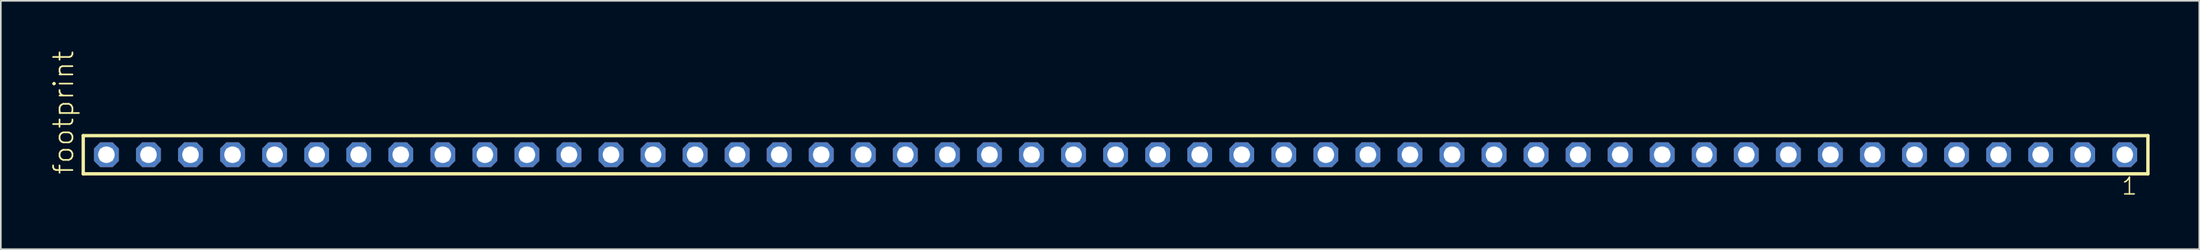
<source format=kicad_pcb>
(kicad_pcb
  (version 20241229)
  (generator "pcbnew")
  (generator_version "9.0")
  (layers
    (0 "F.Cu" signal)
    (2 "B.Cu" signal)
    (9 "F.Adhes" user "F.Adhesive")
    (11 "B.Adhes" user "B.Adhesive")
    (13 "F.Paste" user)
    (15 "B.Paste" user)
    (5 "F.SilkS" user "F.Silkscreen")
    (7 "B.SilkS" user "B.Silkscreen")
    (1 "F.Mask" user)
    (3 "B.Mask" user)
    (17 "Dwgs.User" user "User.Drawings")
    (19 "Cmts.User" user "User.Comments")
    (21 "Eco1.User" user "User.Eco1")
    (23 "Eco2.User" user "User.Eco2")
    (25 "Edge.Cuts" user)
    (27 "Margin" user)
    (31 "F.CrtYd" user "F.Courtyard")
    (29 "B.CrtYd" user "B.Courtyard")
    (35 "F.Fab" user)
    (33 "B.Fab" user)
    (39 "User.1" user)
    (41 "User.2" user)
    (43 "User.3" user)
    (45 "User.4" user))
  (footprint "footprint"
    (layer "F.Cu")
    (at 64.338 6.312)
    (property "Reference" "footprint" (at -62.865 1.27 90) (layer "F.SilkS") (effects (font (size 1.168 1.168) (thickness 0.102)) (justify left bottom)))
    (fp_line (start -62.359 -1.155) (end 62.359 -1.155) (stroke (width 0.203) (type solid)) (layer "F.SilkS"))
    (fp_line (start -62.359 1.155) (end -62.359 -1.155) (stroke (width 0.203) (type solid)) (layer "F.SilkS"))
    (fp_line (start 62.359 -1.155) (end 62.359 1.155) (stroke (width 0.203) (type solid)) (layer "F.SilkS"))
    (fp_line (start 62.359 1.155) (end -62.359 1.155) (stroke (width 0.203) (type solid)) (layer "F.SilkS"))
    (fp_poly (pts (xy -61.31 0.35) (xy -60.61 0.35) (xy -60.61 -0.35) (xy -61.31 -0.35)) (stroke (width 0.1) (type solid)) (fill no) (layer "F.Fab"))
    (fp_poly (pts (xy -58.77 0.35) (xy -58.07 0.35) (xy -58.07 -0.35) (xy -58.77 -0.35)) (stroke (width 0.1) (type solid)) (fill no) (layer "F.Fab"))
    (fp_poly (pts (xy -56.23 0.35) (xy -55.53 0.35) (xy -55.53 -0.35) (xy -56.23 -0.35)) (stroke (width 0.1) (type solid)) (fill no) (layer "F.Fab"))
    (fp_poly (pts (xy -53.69 0.35) (xy -52.99 0.35) (xy -52.99 -0.35) (xy -53.69 -0.35)) (stroke (width 0.1) (type solid)) (fill no) (layer "F.Fab"))
    (fp_poly (pts (xy -51.15 0.35) (xy -50.45 0.35) (xy -50.45 -0.35) (xy -51.15 -0.35)) (stroke (width 0.1) (type solid)) (fill no) (layer "F.Fab"))
    (fp_poly (pts (xy -48.61 0.35) (xy -47.91 0.35) (xy -47.91 -0.35) (xy -48.61 -0.35)) (stroke (width 0.1) (type solid)) (fill no) (layer "F.Fab"))
    (fp_poly (pts (xy -46.07 0.35) (xy -45.37 0.35) (xy -45.37 -0.35) (xy -46.07 -0.35)) (stroke (width 0.1) (type solid)) (fill no) (layer "F.Fab"))
    (fp_poly (pts (xy -43.53 0.35) (xy -42.83 0.35) (xy -42.83 -0.35) (xy -43.53 -0.35)) (stroke (width 0.1) (type solid)) (fill no) (layer "F.Fab"))
    (fp_poly (pts (xy -40.99 0.35) (xy -40.29 0.35) (xy -40.29 -0.35) (xy -40.99 -0.35)) (stroke (width 0.1) (type solid)) (fill no) (layer "F.Fab"))
    (fp_poly (pts (xy -38.45 0.35) (xy -37.75 0.35) (xy -37.75 -0.35) (xy -38.45 -0.35)) (stroke (width 0.1) (type solid)) (fill no) (layer "F.Fab"))
    (fp_poly (pts (xy -35.91 0.35) (xy -35.21 0.35) (xy -35.21 -0.35) (xy -35.91 -0.35)) (stroke (width 0.1) (type solid)) (fill no) (layer "F.Fab"))
    (fp_poly (pts (xy -33.37 0.35) (xy -32.67 0.35) (xy -32.67 -0.35) (xy -33.37 -0.35)) (stroke (width 0.1) (type solid)) (fill no) (layer "F.Fab"))
    (fp_poly (pts (xy -30.83 0.35) (xy -30.13 0.35) (xy -30.13 -0.35) (xy -30.83 -0.35)) (stroke (width 0.1) (type solid)) (fill no) (layer "F.Fab"))
    (fp_poly (pts (xy -28.29 0.35) (xy -27.59 0.35) (xy -27.59 -0.35) (xy -28.29 -0.35)) (stroke (width 0.1) (type solid)) (fill no) (layer "F.Fab"))
    (fp_poly (pts (xy -25.75 0.35) (xy -25.05 0.35) (xy -25.05 -0.35) (xy -25.75 -0.35)) (stroke (width 0.1) (type solid)) (fill no) (layer "F.Fab"))
    (fp_poly (pts (xy -23.21 0.35) (xy -22.51 0.35) (xy -22.51 -0.35) (xy -23.21 -0.35)) (stroke (width 0.1) (type solid)) (fill no) (layer "F.Fab"))
    (fp_poly (pts (xy -20.67 0.35) (xy -19.97 0.35) (xy -19.97 -0.35) (xy -20.67 -0.35)) (stroke (width 0.1) (type solid)) (fill no) (layer "F.Fab"))
    (fp_poly (pts (xy -18.13 0.35) (xy -17.43 0.35) (xy -17.43 -0.35) (xy -18.13 -0.35)) (stroke (width 0.1) (type solid)) (fill no) (layer "F.Fab"))
    (fp_poly (pts (xy -15.59 0.35) (xy -14.89 0.35) (xy -14.89 -0.35) (xy -15.59 -0.35)) (stroke (width 0.1) (type solid)) (fill no) (layer "F.Fab"))
    (fp_poly (pts (xy -13.05 0.35) (xy -12.35 0.35) (xy -12.35 -0.35) (xy -13.05 -0.35)) (stroke (width 0.1) (type solid)) (fill no) (layer "F.Fab"))
    (fp_poly (pts (xy -10.51 0.35) (xy -9.81 0.35) (xy -9.81 -0.35) (xy -10.51 -0.35)) (stroke (width 0.1) (type solid)) (fill no) (layer "F.Fab"))
    (fp_poly (pts (xy -7.97 0.35) (xy -7.27 0.35) (xy -7.27 -0.35) (xy -7.97 -0.35)) (stroke (width 0.1) (type solid)) (fill no) (layer "F.Fab"))
    (fp_poly (pts (xy -5.43 0.35) (xy -4.73 0.35) (xy -4.73 -0.35) (xy -5.43 -0.35)) (stroke (width 0.1) (type solid)) (fill no) (layer "F.Fab"))
    (fp_poly (pts (xy -2.89 0.35) (xy -2.19 0.35) (xy -2.19 -0.35) (xy -2.89 -0.35)) (stroke (width 0.1) (type solid)) (fill no) (layer "F.Fab"))
    (fp_poly (pts (xy -0.35 0.35) (xy 0.35 0.35) (xy 0.35 -0.35) (xy -0.35 -0.35)) (stroke (width 0.1) (type solid)) (fill no) (layer "F.Fab"))
    (fp_poly (pts (xy 2.19 0.35) (xy 2.89 0.35) (xy 2.89 -0.35) (xy 2.19 -0.35)) (stroke (width 0.1) (type solid)) (fill no) (layer "F.Fab"))
    (fp_poly (pts (xy 4.73 0.35) (xy 5.43 0.35) (xy 5.43 -0.35) (xy 4.73 -0.35)) (stroke (width 0.1) (type solid)) (fill no) (layer "F.Fab"))
    (fp_poly (pts (xy 7.27 0.35) (xy 7.97 0.35) (xy 7.97 -0.35) (xy 7.27 -0.35)) (stroke (width 0.1) (type solid)) (fill no) (layer "F.Fab"))
    (fp_poly (pts (xy 9.81 0.35) (xy 10.51 0.35) (xy 10.51 -0.35) (xy 9.81 -0.35)) (stroke (width 0.1) (type solid)) (fill no) (layer "F.Fab"))
    (fp_poly (pts (xy 12.35 0.35) (xy 13.05 0.35) (xy 13.05 -0.35) (xy 12.35 -0.35)) (stroke (width 0.1) (type solid)) (fill no) (layer "F.Fab"))
    (fp_poly (pts (xy 14.89 0.35) (xy 15.59 0.35) (xy 15.59 -0.35) (xy 14.89 -0.35)) (stroke (width 0.1) (type solid)) (fill no) (layer "F.Fab"))
    (fp_poly (pts (xy 17.43 0.35) (xy 18.13 0.35) (xy 18.13 -0.35) (xy 17.43 -0.35)) (stroke (width 0.1) (type solid)) (fill no) (layer "F.Fab"))
    (fp_poly (pts (xy 19.97 0.35) (xy 20.67 0.35) (xy 20.67 -0.35) (xy 19.97 -0.35)) (stroke (width 0.1) (type solid)) (fill no) (layer "F.Fab"))
    (fp_poly (pts (xy 22.51 0.35) (xy 23.21 0.35) (xy 23.21 -0.35) (xy 22.51 -0.35)) (stroke (width 0.1) (type solid)) (fill no) (layer "F.Fab"))
    (fp_poly (pts (xy 25.05 0.35) (xy 25.75 0.35) (xy 25.75 -0.35) (xy 25.05 -0.35)) (stroke (width 0.1) (type solid)) (fill no) (layer "F.Fab"))
    (fp_poly (pts (xy 27.59 0.35) (xy 28.29 0.35) (xy 28.29 -0.35) (xy 27.59 -0.35)) (stroke (width 0.1) (type solid)) (fill no) (layer "F.Fab"))
    (fp_poly (pts (xy 30.13 0.35) (xy 30.83 0.35) (xy 30.83 -0.35) (xy 30.13 -0.35)) (stroke (width 0.1) (type solid)) (fill no) (layer "F.Fab"))
    (fp_poly (pts (xy 32.67 0.35) (xy 33.37 0.35) (xy 33.37 -0.35) (xy 32.67 -0.35)) (stroke (width 0.1) (type solid)) (fill no) (layer "F.Fab"))
    (fp_poly (pts (xy 35.21 0.35) (xy 35.91 0.35) (xy 35.91 -0.35) (xy 35.21 -0.35)) (stroke (width 0.1) (type solid)) (fill no) (layer "F.Fab"))
    (fp_poly (pts (xy 37.75 0.35) (xy 38.45 0.35) (xy 38.45 -0.35) (xy 37.75 -0.35)) (stroke (width 0.1) (type solid)) (fill no) (layer "F.Fab"))
    (fp_poly (pts (xy 40.29 0.35) (xy 40.99 0.35) (xy 40.99 -0.35) (xy 40.29 -0.35)) (stroke (width 0.1) (type solid)) (fill no) (layer "F.Fab"))
    (fp_poly (pts (xy 42.83 0.35) (xy 43.53 0.35) (xy 43.53 -0.35) (xy 42.83 -0.35)) (stroke (width 0.1) (type solid)) (fill no) (layer "F.Fab"))
    (fp_poly (pts (xy 45.37 0.35) (xy 46.07 0.35) (xy 46.07 -0.35) (xy 45.37 -0.35)) (stroke (width 0.1) (type solid)) (fill no) (layer "F.Fab"))
    (fp_poly (pts (xy 47.91 0.35) (xy 48.61 0.35) (xy 48.61 -0.35) (xy 47.91 -0.35)) (stroke (width 0.1) (type solid)) (fill no) (layer "F.Fab"))
    (fp_poly (pts (xy 50.45 0.35) (xy 51.15 0.35) (xy 51.15 -0.35) (xy 50.45 -0.35)) (stroke (width 0.1) (type solid)) (fill no) (layer "F.Fab"))
    (fp_poly (pts (xy 52.99 0.35) (xy 53.69 0.35) (xy 53.69 -0.35) (xy 52.99 -0.35)) (stroke (width 0.1) (type solid)) (fill no) (layer "F.Fab"))
    (fp_poly (pts (xy 55.53 0.35) (xy 56.23 0.35) (xy 56.23 -0.35) (xy 55.53 -0.35)) (stroke (width 0.1) (type solid)) (fill no) (layer "F.Fab"))
    (fp_poly (pts (xy 58.07 0.35) (xy 58.77 0.35) (xy 58.77 -0.35) (xy 58.07 -0.35)) (stroke (width 0.1) (type solid)) (fill no) (layer "F.Fab"))
    (fp_poly (pts (xy 60.61 0.35) (xy 61.31 0.35) (xy 61.31 -0.35) (xy 60.61 -0.35)) (stroke (width 0.1) (type solid)) (fill no) (layer "F.Fab"))
    (fp_text user "1" (at 60.702 2.498 0) (layer "F.SilkS") (effects (font (size 1.012 1.012) (thickness 0.088)) (justify left bottom)))
    (pad "1" thru_hole roundrect (at 60.96 0 180) (size 1.5 1.5) (drill 1) (layers "*.Cu" "*.Mask") (roundrect_rratio 0.25) (chamfer_ratio 0.25) (chamfer top_left top_right bottom_left bottom_right))
    (pad "2" thru_hole roundrect (at 58.42 0 180) (size 1.5 1.5) (drill 1) (layers "*.Cu" "*.Mask") (roundrect_rratio 0.25) (chamfer_ratio 0.25) (chamfer top_left top_right bottom_left bottom_right))
    (pad "3" thru_hole roundrect (at 55.88 0 180) (size 1.5 1.5) (drill 1) (layers "*.Cu" "*.Mask") (roundrect_rratio 0.25) (chamfer_ratio 0.25) (chamfer top_left top_right bottom_left bottom_right))
    (pad "4" thru_hole roundrect (at 53.34 0 180) (size 1.5 1.5) (drill 1) (layers "*.Cu" "*.Mask") (roundrect_rratio 0.25) (chamfer_ratio 0.25) (chamfer top_left top_right bottom_left bottom_right))
    (pad "5" thru_hole roundrect (at 50.8 0 180) (size 1.5 1.5) (drill 1) (layers "*.Cu" "*.Mask") (roundrect_rratio 0.25) (chamfer_ratio 0.25) (chamfer top_left top_right bottom_left bottom_right))
    (pad "6" thru_hole roundrect (at 48.26 0 180) (size 1.5 1.5) (drill 1) (layers "*.Cu" "*.Mask") (roundrect_rratio 0.25) (chamfer_ratio 0.25) (chamfer top_left top_right bottom_left bottom_right))
    (pad "7" thru_hole roundrect (at 45.72 0 180) (size 1.5 1.5) (drill 1) (layers "*.Cu" "*.Mask") (roundrect_rratio 0.25) (chamfer_ratio 0.25) (chamfer top_left top_right bottom_left bottom_right))
    (pad "8" thru_hole roundrect (at 43.18 0 180) (size 1.5 1.5) (drill 1) (layers "*.Cu" "*.Mask") (roundrect_rratio 0.25) (chamfer_ratio 0.25) (chamfer top_left top_right bottom_left bottom_right))
    (pad "9" thru_hole roundrect (at 40.64 0 180) (size 1.5 1.5) (drill 1) (layers "*.Cu" "*.Mask") (roundrect_rratio 0.25) (chamfer_ratio 0.25) (chamfer top_left top_right bottom_left bottom_right))
    (pad "10" thru_hole roundrect (at 38.1 0 180) (size 1.5 1.5) (drill 1) (layers "*.Cu" "*.Mask") (roundrect_rratio 0.25) (chamfer_ratio 0.25) (chamfer top_left top_right bottom_left bottom_right))
    (pad "11" thru_hole roundrect (at 35.56 0 180) (size 1.5 1.5) (drill 1) (layers "*.Cu" "*.Mask") (roundrect_rratio 0.25) (chamfer_ratio 0.25) (chamfer top_left top_right bottom_left bottom_right))
    (pad "12" thru_hole roundrect (at 33.02 0 180) (size 1.5 1.5) (drill 1) (layers "*.Cu" "*.Mask") (roundrect_rratio 0.25) (chamfer_ratio 0.25) (chamfer top_left top_right bottom_left bottom_right))
    (pad "13" thru_hole roundrect (at 30.48 0 180) (size 1.5 1.5) (drill 1) (layers "*.Cu" "*.Mask") (roundrect_rratio 0.25) (chamfer_ratio 0.25) (chamfer top_left top_right bottom_left bottom_right))
    (pad "14" thru_hole roundrect (at 27.94 0 180) (size 1.5 1.5) (drill 1) (layers "*.Cu" "*.Mask") (roundrect_rratio 0.25) (chamfer_ratio 0.25) (chamfer top_left top_right bottom_left bottom_right))
    (pad "15" thru_hole roundrect (at 25.4 0 180) (size 1.5 1.5) (drill 1) (layers "*.Cu" "*.Mask") (roundrect_rratio 0.25) (chamfer_ratio 0.25) (chamfer top_left top_right bottom_left bottom_right))
    (pad "16" thru_hole roundrect (at 22.86 0 180) (size 1.5 1.5) (drill 1) (layers "*.Cu" "*.Mask") (roundrect_rratio 0.25) (chamfer_ratio 0.25) (chamfer top_left top_right bottom_left bottom_right))
    (pad "17" thru_hole roundrect (at 20.32 0 180) (size 1.5 1.5) (drill 1) (layers "*.Cu" "*.Mask") (roundrect_rratio 0.25) (chamfer_ratio 0.25) (chamfer top_left top_right bottom_left bottom_right))
    (pad "18" thru_hole roundrect (at 17.78 0 180) (size 1.5 1.5) (drill 1) (layers "*.Cu" "*.Mask") (roundrect_rratio 0.25) (chamfer_ratio 0.25) (chamfer top_left top_right bottom_left bottom_right))
    (pad "19" thru_hole roundrect (at 15.24 0 180) (size 1.5 1.5) (drill 1) (layers "*.Cu" "*.Mask") (roundrect_rratio 0.25) (chamfer_ratio 0.25) (chamfer top_left top_right bottom_left bottom_right))
    (pad "20" thru_hole roundrect (at 12.7 0 180) (size 1.5 1.5) (drill 1) (layers "*.Cu" "*.Mask") (roundrect_rratio 0.25) (chamfer_ratio 0.25) (chamfer top_left top_right bottom_left bottom_right))
    (pad "21" thru_hole roundrect (at 10.16 0 180) (size 1.5 1.5) (drill 1) (layers "*.Cu" "*.Mask") (roundrect_rratio 0.25) (chamfer_ratio 0.25) (chamfer top_left top_right bottom_left bottom_right))
    (pad "22" thru_hole roundrect (at 7.62 0 180) (size 1.5 1.5) (drill 1) (layers "*.Cu" "*.Mask") (roundrect_rratio 0.25) (chamfer_ratio 0.25) (chamfer top_left top_right bottom_left bottom_right))
    (pad "23" thru_hole roundrect (at 5.08 0 180) (size 1.5 1.5) (drill 1) (layers "*.Cu" "*.Mask") (roundrect_rratio 0.25) (chamfer_ratio 0.25) (chamfer top_left top_right bottom_left bottom_right))
    (pad "24" thru_hole roundrect (at 2.54 0 180) (size 1.5 1.5) (drill 1) (layers "*.Cu" "*.Mask") (roundrect_rratio 0.25) (chamfer_ratio 0.25) (chamfer top_left top_right bottom_left bottom_right))
    (pad "25" thru_hole roundrect (at 0 0 180) (size 1.5 1.5) (drill 1) (layers "*.Cu" "*.Mask") (roundrect_rratio 0.25) (chamfer_ratio 0.25) (chamfer top_left top_right bottom_left bottom_right))
    (pad "26" thru_hole roundrect (at -2.54 0 180) (size 1.5 1.5) (drill 1) (layers "*.Cu" "*.Mask") (roundrect_rratio 0.25) (chamfer_ratio 0.25) (chamfer top_left top_right bottom_left bottom_right))
    (pad "27" thru_hole roundrect (at -5.08 0 180) (size 1.5 1.5) (drill 1) (layers "*.Cu" "*.Mask") (roundrect_rratio 0.25) (chamfer_ratio 0.25) (chamfer top_left top_right bottom_left bottom_right))
    (pad "28" thru_hole roundrect (at -7.62 0 180) (size 1.5 1.5) (drill 1) (layers "*.Cu" "*.Mask") (roundrect_rratio 0.25) (chamfer_ratio 0.25) (chamfer top_left top_right bottom_left bottom_right))
    (pad "29" thru_hole roundrect (at -10.16 0 180) (size 1.5 1.5) (drill 1) (layers "*.Cu" "*.Mask") (roundrect_rratio 0.25) (chamfer_ratio 0.25) (chamfer top_left top_right bottom_left bottom_right))
    (pad "30" thru_hole roundrect (at -12.7 0 180) (size 1.5 1.5) (drill 1) (layers "*.Cu" "*.Mask") (roundrect_rratio 0.25) (chamfer_ratio 0.25) (chamfer top_left top_right bottom_left bottom_right))
    (pad "31" thru_hole roundrect (at -15.24 0 180) (size 1.5 1.5) (drill 1) (layers "*.Cu" "*.Mask") (roundrect_rratio 0.25) (chamfer_ratio 0.25) (chamfer top_left top_right bottom_left bottom_right))
    (pad "32" thru_hole roundrect (at -17.78 0 180) (size 1.5 1.5) (drill 1) (layers "*.Cu" "*.Mask") (roundrect_rratio 0.25) (chamfer_ratio 0.25) (chamfer top_left top_right bottom_left bottom_right))
    (pad "33" thru_hole roundrect (at -20.32 0 180) (size 1.5 1.5) (drill 1) (layers "*.Cu" "*.Mask") (roundrect_rratio 0.25) (chamfer_ratio 0.25) (chamfer top_left top_right bottom_left bottom_right))
    (pad "34" thru_hole roundrect (at -22.86 0 180) (size 1.5 1.5) (drill 1) (layers "*.Cu" "*.Mask") (roundrect_rratio 0.25) (chamfer_ratio 0.25) (chamfer top_left top_right bottom_left bottom_right))
    (pad "35" thru_hole roundrect (at -25.4 0 180) (size 1.5 1.5) (drill 1) (layers "*.Cu" "*.Mask") (roundrect_rratio 0.25) (chamfer_ratio 0.25) (chamfer top_left top_right bottom_left bottom_right))
    (pad "36" thru_hole roundrect (at -27.94 0 180) (size 1.5 1.5) (drill 1) (layers "*.Cu" "*.Mask") (roundrect_rratio 0.25) (chamfer_ratio 0.25) (chamfer top_left top_right bottom_left bottom_right))
    (pad "37" thru_hole roundrect (at -30.48 0 180) (size 1.5 1.5) (drill 1) (layers "*.Cu" "*.Mask") (roundrect_rratio 0.25) (chamfer_ratio 0.25) (chamfer top_left top_right bottom_left bottom_right))
    (pad "38" thru_hole roundrect (at -33.02 0 180) (size 1.5 1.5) (drill 1) (layers "*.Cu" "*.Mask") (roundrect_rratio 0.25) (chamfer_ratio 0.25) (chamfer top_left top_right bottom_left bottom_right))
    (pad "39" thru_hole roundrect (at -35.56 0 180) (size 1.5 1.5) (drill 1) (layers "*.Cu" "*.Mask") (roundrect_rratio 0.25) (chamfer_ratio 0.25) (chamfer top_left top_right bottom_left bottom_right))
    (pad "40" thru_hole roundrect (at -38.1 0 180) (size 1.5 1.5) (drill 1) (layers "*.Cu" "*.Mask") (roundrect_rratio 0.25) (chamfer_ratio 0.25) (chamfer top_left top_right bottom_left bottom_right))
    (pad "41" thru_hole roundrect (at -40.64 0 180) (size 1.5 1.5) (drill 1) (layers "*.Cu" "*.Mask") (roundrect_rratio 0.25) (chamfer_ratio 0.25) (chamfer top_left top_right bottom_left bottom_right))
    (pad "42" thru_hole roundrect (at -43.18 0 180) (size 1.5 1.5) (drill 1) (layers "*.Cu" "*.Mask") (roundrect_rratio 0.25) (chamfer_ratio 0.25) (chamfer top_left top_right bottom_left bottom_right))
    (pad "43" thru_hole roundrect (at -45.72 0 180) (size 1.5 1.5) (drill 1) (layers "*.Cu" "*.Mask") (roundrect_rratio 0.25) (chamfer_ratio 0.25) (chamfer top_left top_right bottom_left bottom_right))
    (pad "44" thru_hole roundrect (at -48.26 0 180) (size 1.5 1.5) (drill 1) (layers "*.Cu" "*.Mask") (roundrect_rratio 0.25) (chamfer_ratio 0.25) (chamfer top_left top_right bottom_left bottom_right))
    (pad "45" thru_hole roundrect (at -50.8 0 180) (size 1.5 1.5) (drill 1) (layers "*.Cu" "*.Mask") (roundrect_rratio 0.25) (chamfer_ratio 0.25) (chamfer top_left top_right bottom_left bottom_right))
    (pad "46" thru_hole roundrect (at -53.34 0 180) (size 1.5 1.5) (drill 1) (layers "*.Cu" "*.Mask") (roundrect_rratio 0.25) (chamfer_ratio 0.25) (chamfer top_left top_right bottom_left bottom_right))
    (pad "47" thru_hole roundrect (at -55.88 0 180) (size 1.5 1.5) (drill 1) (layers "*.Cu" "*.Mask") (roundrect_rratio 0.25) (chamfer_ratio 0.25) (chamfer top_left top_right bottom_left bottom_right))
    (pad "48" thru_hole roundrect (at -58.42 0 180) (size 1.5 1.5) (drill 1) (layers "*.Cu" "*.Mask") (roundrect_rratio 0.25) (chamfer_ratio 0.25) (chamfer top_left top_right bottom_left bottom_right))
    (pad "49" thru_hole roundrect (at -60.96 0 180) (size 1.5 1.5) (drill 1) (layers "*.Cu" "*.Mask") (roundrect_rratio 0.25) (chamfer_ratio 0.25) (chamfer top_left top_right bottom_left bottom_right)))
  (gr_rect
    (start -3 -3)
    (end 129.799 12.027)
    (stroke (width 0.1) (type default))
    (fill no)
    (layer "Edge.Cuts")))
</source>
